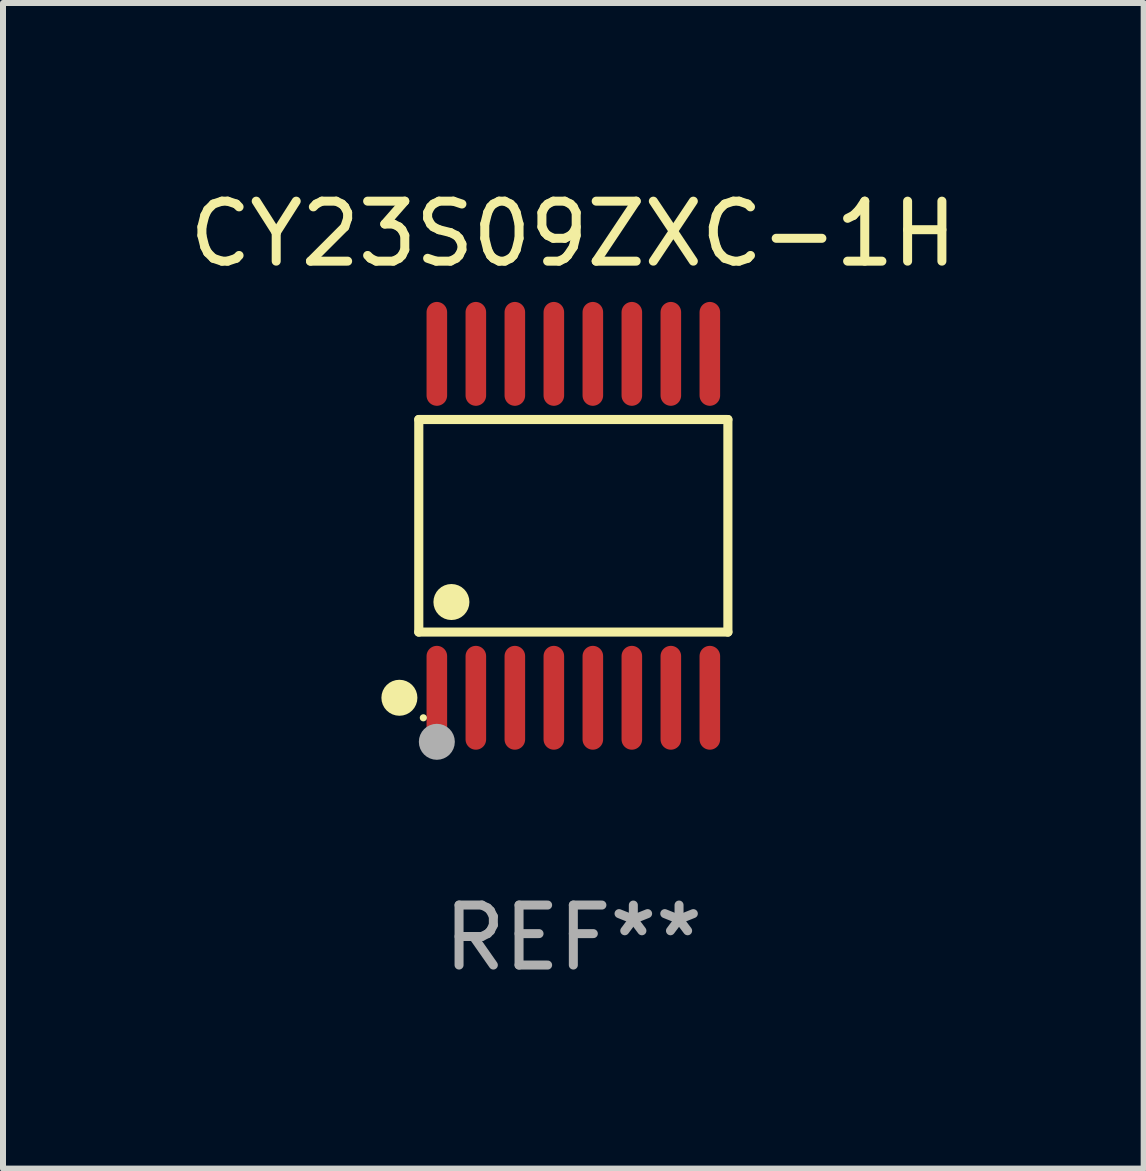
<source format=kicad_pcb>
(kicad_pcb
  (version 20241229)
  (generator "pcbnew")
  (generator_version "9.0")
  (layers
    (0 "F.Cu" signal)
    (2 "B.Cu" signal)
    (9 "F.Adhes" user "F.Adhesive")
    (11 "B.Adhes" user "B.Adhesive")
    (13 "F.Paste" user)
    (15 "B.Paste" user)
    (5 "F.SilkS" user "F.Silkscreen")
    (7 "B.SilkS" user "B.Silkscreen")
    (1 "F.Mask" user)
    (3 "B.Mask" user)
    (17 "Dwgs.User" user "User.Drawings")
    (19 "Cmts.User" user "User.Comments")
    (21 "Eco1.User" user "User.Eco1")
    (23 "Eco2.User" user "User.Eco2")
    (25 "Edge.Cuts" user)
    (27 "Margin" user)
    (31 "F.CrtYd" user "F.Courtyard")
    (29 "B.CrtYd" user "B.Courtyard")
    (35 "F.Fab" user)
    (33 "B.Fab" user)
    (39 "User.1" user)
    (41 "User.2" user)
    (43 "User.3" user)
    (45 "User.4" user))
  (footprint "CY23S09ZXC-1H"
    (layer "F.Cu")
    (at 6.506 5.714)
    (property "Reference" "CY23S09ZXC-1H" (at 0 -4.866 0) (layer "F.SilkS") (effects (font (size 1 1) (thickness 0.15))))
    (attr through_hole)
    (fp_line (start -2.576 -1.772) (end 2.576 -1.772) (stroke (width 0.152) (type solid)) (layer "F.SilkS"))
    (fp_line (start -2.576 1.771) (end -2.576 -1.772) (stroke (width 0.152) (type solid)) (layer "F.SilkS"))
    (fp_line (start 2.576 -1.772) (end 2.576 1.771) (stroke (width 0.152) (type solid)) (layer "F.SilkS"))
    (fp_line (start 2.576 1.771) (end -2.576 1.771) (stroke (width 0.152) (type solid)) (layer "F.SilkS"))
    (fp_circle (center -2.899 2.866) (end -2.749 2.866) (stroke (width 0.3) (type solid)) (fill no) (layer "F.SilkS"))
    (fp_circle (center -2.5 3.2) (end -2.47 3.2) (stroke (width 0.06) (type solid)) (fill no) (layer "F.SilkS"))
    (fp_circle (center -2.032 1.27) (end -1.882 1.27) (stroke (width 0.3) (type solid)) (fill no) (layer "F.SilkS"))
    (fp_circle (center -2.275 3.6) (end -2.125 3.6) (stroke (width 0.3) (type solid)) (fill no) (layer "F.Fab"))
    (fp_text user "REF**" (at 0 6.866 0) (layer "F.Fab") (effects (font (size 1 1) (thickness 0.15))))
    (pad "1" smd oval (at -2.275 2.866) (size 0.343 1.731) (layers "F.Cu" "F.Mask" "F.Paste"))
    (pad "2" smd oval (at -1.625 2.866) (size 0.343 1.731) (layers "F.Cu" "F.Mask" "F.Paste"))
    (pad "3" smd oval (at -0.975 2.866) (size 0.343 1.731) (layers "F.Cu" "F.Mask" "F.Paste"))
    (pad "4" smd oval (at -0.325 2.866) (size 0.343 1.731) (layers "F.Cu" "F.Mask" "F.Paste"))
    (pad "5" smd oval (at 0.325 2.866) (size 0.343 1.731) (layers "F.Cu" "F.Mask" "F.Paste"))
    (pad "6" smd oval (at 0.975 2.866) (size 0.343 1.731) (layers "F.Cu" "F.Mask" "F.Paste"))
    (pad "7" smd oval (at 1.625 2.866) (size 0.343 1.731) (layers "F.Cu" "F.Mask" "F.Paste"))
    (pad "8" smd oval (at 2.275 2.866) (size 0.343 1.731) (layers "F.Cu" "F.Mask" "F.Paste"))
    (pad "9" smd oval (at 2.275 -2.866) (size 0.343 1.731) (layers "F.Cu" "F.Mask" "F.Paste"))
    (pad "10" smd oval (at 1.625 -2.866) (size 0.343 1.731) (layers "F.Cu" "F.Mask" "F.Paste"))
    (pad "11" smd oval (at 0.975 -2.866) (size 0.343 1.731) (layers "F.Cu" "F.Mask" "F.Paste"))
    (pad "12" smd oval (at 0.325 -2.866) (size 0.343 1.731) (layers "F.Cu" "F.Mask" "F.Paste"))
    (pad "13" smd oval (at -0.325 -2.866) (size 0.343 1.731) (layers "F.Cu" "F.Mask" "F.Paste"))
    (pad "14" smd oval (at -0.975 -2.866) (size 0.343 1.731) (layers "F.Cu" "F.Mask" "F.Paste"))
    (pad "15" smd oval (at -1.625 -2.866) (size 0.343 1.731) (layers "F.Cu" "F.Mask" "F.Paste"))
    (pad "16" smd oval (at -2.275 -2.866) (size 0.343 1.731) (layers "F.Cu" "F.Mask" "F.Paste")))
  (gr_rect
    (start -3 -3)
    (end 16.012 16.428)
    (stroke (width 0.1) (type default))
    (fill no)
    (layer "Edge.Cuts")))
</source>
